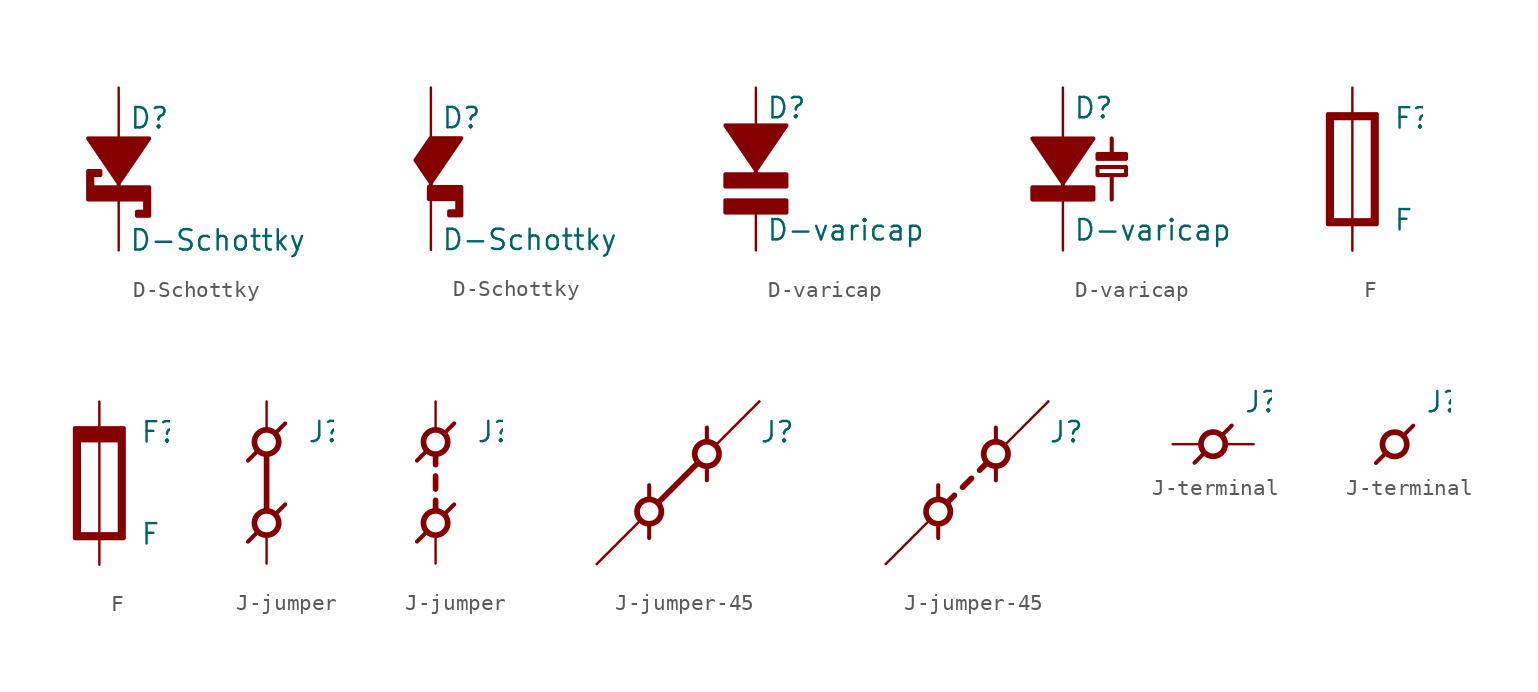
<source format=kicad_sym>
(kicad_symbol_lib
  (version 20211014)
  (generator kicad_symbol_editor)
  (symbol "D-Schottky"
    (pin_numbers hide)
    (pin_names
      (offset 0) hide)
    (property "Reference" "D"
      (at 0.635 3.175 0)
      (effects (font (size 1.27 1.27)) (justify left)))
    (property "Value" "D-Schottky"
      (at 0.635 -4.445 0)
      (effects (font (size 1.27 1.27)) (justify left)))
    (symbol "D-Schottky_1_0"
      (pin passive line (at 0 -5.08 90) (length 3.175) (name "K-" (effects (font (size 1.27 1.27)))) (number "1" (effects (font (size 1.27 1.27)))))
      (pin passive line (at 0 5.08 270) (length 3.175) (name "A+" (effects (font (size 1.27 1.27)))) (number "2" (effects (font (size 1.27 1.27))))))
    (symbol "D-Schottky_1_1"
      (polyline (pts (xy -1.905 -1.905) (xy 1.651 -1.905) (xy 1.651 -2.667) (xy 1.143 -2.667) (xy 1.143 -2.921) (xy 1.905 -2.921) (xy 1.905 -1.143) (xy 0 -1.143) (xy 0 -0.889) (xy 1.905 1.905) (xy -1.905 1.905) (xy 0 -0.889) (xy 0 -1.143) (xy -1.651 -1.143) (xy -1.651 -0.381) (xy -1.143 -0.381) (xy -1.143 -0.127) (xy -1.905 -0.127) (xy -1.905 -1.905)) (stroke (width 0.254) (type default) (color 0 0 0 0)) (fill (type outline))))
    (symbol "D-Schottky_1_2"
      (polyline (pts (xy -0.127 -1.905) (xy 1.651 -1.905) (xy 1.651 -2.667) (xy 1.143 -2.667) (xy 1.143 -2.921) (xy 1.905 -2.921) (xy 1.905 -1.143) (xy 0 -1.143) (xy 0 -0.889) (xy 1.905 1.905) (xy -0.025 1.905) (xy -0.965 0.533) (xy 0 -0.889) (xy 0 -1.143) (xy -0.127 -1.143) (xy -0.127 -1.905)) (stroke (width 0.254) (type default) (color 0 0 0 0)) (fill (type outline)))))
  (symbol "D-varicap"
    (pin_numbers hide)
    (pin_names
      (offset 0) hide)
    (property "Reference" "D"
      (at 0.635 3.81 0)
      (effects (font (size 1.27 1.27)) (justify left)))
    (property "Value" "D-varicap"
      (at 0.635 -3.81 0)
      (effects (font (size 1.27 1.27)) (justify left)))
    (symbol "D-varicap_1_1"
      (rectangle (start -1.905 -1.956) (end 1.905 -2.718) (stroke (width 0.254) (type default) (color 0 0 0 0)) (fill (type outline)))
      (polyline (pts (xy -1.905 -1.092) (xy 1.905 -1.092) (xy 1.905 -0.33) (xy 0 -0.33) (xy 0 -0.076) (xy 1.905 2.718) (xy -1.905 2.718) (xy 0 -0.076) (xy 0 -0.33) (xy -1.905 -0.33) (xy -1.905 -1.092)) (stroke (width 0.254) (type default) (color 0 0 0 0)) (fill (type outline)))
      (pin passive line (at 0 -5.08 90) (length 2.362) (name "K-" (effects (font (size 1.27 1.27)))) (number "1" (effects (font (size 1.27 1.27)))))
      (pin passive line (at 0 5.08 270) (length 2.362) (name "A+" (effects (font (size 1.27 1.27)))) (number "2" (effects (font (size 1.27 1.27))))))
    (symbol "D-varicap_1_2"
      (polyline (pts (xy 3.048 -1.905) (xy 3.048 -0.381)) (stroke (width 0.254) (type default) (color 0 0 0 0)) (fill (type none)))
      (polyline (pts (xy 3.048 1.905) (xy 3.048 0.94)) (stroke (width 0.254) (type default) (color 0 0 0 0)) (fill (type none)))
      (polyline (pts (xy -1.905 -1.905) (xy 1.905 -1.905) (xy 1.905 -1.143) (xy 0 -1.143) (xy 0 -0.889) (xy 1.905 1.905) (xy -1.905 1.905) (xy 0 -0.889) (xy 0 -1.143) (xy -1.905 -1.143) (xy -1.905 -1.905)) (stroke (width 0.254) (type default) (color 0 0 0 0)) (fill (type outline)))
      (rectangle (start 2.159 0.127) (end 3.937 -0.381) (stroke (width 0.254) (type default) (color 0 0 0 0)) (fill (type none)))
      (rectangle (start 2.159 0.94) (end 3.937 0.635) (stroke (width 0.254) (type default) (color 0 0 0 0)) (fill (type outline)))
      (pin passive line (at 0 -5.08 90) (length 3.175) (name "K-" (effects (font (size 1.27 1.27)))) (number "1" (effects (font (size 1.27 1.27)))))
      (pin passive line (at 0 5.08 270) (length 3.175) (name "A+" (effects (font (size 1.27 1.27)))) (number "2" (effects (font (size 1.27 1.27)))))))
  (symbol "F"
    (pin_numbers hide)
    (pin_names
      (offset 0) hide)
    (property "Reference" "F"
      (at 2.54 3.175 0)
      (effects (font (size 1.27 1.27)) (justify left)))
    (property "Value" "F"
      (at 2.54 -3.175 0)
      (effects (font (size 1.27 1.27)) (justify left)))
    (symbol "F_1_0"
      (polyline (pts (xy 0 3.429) (xy 0 -3.429)) (stroke (width 0) (type default) (color 0 0 0 0)) (fill (type none)))
      (pin passive line (at 0 5.08 270) (length 1.651) (name "+" (effects (font (size 1.27 1.27)))) (number "1" (effects (font (size 1.27 1.27)))))
      (pin passive line (at 0 -5.08 90) (length 1.651) (name "-" (effects (font (size 1.27 1.27)))) (number "2" (effects (font (size 1.27 1.27))))))
    (symbol "F_1_1"
      (polyline (pts (xy -1.524 -3.429) (xy 1.524 -3.429) (xy 1.524 3.429) (xy -1.524 3.429) (xy -1.524 -3.429) (xy -1.27 -3.175) (xy -1.27 3.175) (xy 1.27 3.175) (xy 1.27 -3.175) (xy -1.27 -3.175) (xy -1.524 -3.429)) (stroke (width 0.254) (type default) (color 0 0 0 0)) (fill (type outline))))
    (symbol "F_1_2"
      (polyline (pts (xy -1.524 -3.429) (xy 1.524 -3.429) (xy 1.524 3.429) (xy -1.524 3.429) (xy -1.524 -3.429) (xy -1.27 -3.175) (xy -1.27 2.667) (xy 1.27 2.667) (xy 1.27 -3.175) (xy -1.27 -3.175) (xy -1.524 -3.429)) (stroke (width 0.254) (type default) (color 0 0 0 0)) (fill (type outline)))))
  (symbol "J-jumper"
    (pin_numbers hide)
    (pin_names
      (offset 0) hide)
    (property "Reference" "J"
      (at 2.54 3.175 0)
      (effects (font (size 1.27 1.27)) (justify left)))
    (symbol "J-jumper_0_3"
      (polyline (pts (xy 0 0)) (stroke (width -0.051) (type default) (color 0 0 0 0)) (fill (type none))))
    (symbol "J-jumper_1_0"
      (circle (center 0 -2.54) (radius 0.762) (stroke (width 0.356) (type default) (color 0 0 0 0)) (fill (type none)))
      (polyline (pts (xy -0.584 -3.124) (xy -1.168 -3.708)) (stroke (width 0.254) (type default) (color 0 0 0 0)) (fill (type none)))
      (polyline (pts (xy -0.584 1.956) (xy -1.168 1.372)) (stroke (width 0.254) (type default) (color 0 0 0 0)) (fill (type none)))
      (polyline (pts (xy 0.584 -1.956) (xy 1.168 -1.372)) (stroke (width 0.254) (type default) (color 0 0 0 0)) (fill (type none)))
      (polyline (pts (xy 0.584 3.124) (xy 1.168 3.708)) (stroke (width 0.254) (type default) (color 0 0 0 0)) (fill (type none)))
      (circle (center 0 2.54) (radius 0.762) (stroke (width 0.356) (type default) (color 0 0 0 0)) (fill (type none)))
      (pin passive line (at 0 5.08 270) (length 1.727) (name "1" (effects (font (size 1.27 1.27)))) (number "1" (effects (font (size 1.27 1.27)))))
      (pin passive line (at 0 -5.08 90) (length 1.727) (name "2" (effects (font (size 1.27 1.27)))) (number "2" (effects (font (size 1.27 1.27))))))
    (symbol "J-jumper_1_1"
      (polyline (pts (xy 0 -1.727) (xy 0 1.727)) (stroke (width 0.356) (type default) (color 0 0 0 0)) (fill (type none))))
    (symbol "J-jumper_1_2"
      (polyline (pts (xy 0 -1.727) (xy 0 -1.118)) (stroke (width 0.356) (type default) (color 0 0 0 0)) (fill (type none)))
      (polyline (pts (xy 0 -0.406) (xy 0 0.406)) (stroke (width 0.356) (type default) (color 0 0 0 0)) (fill (type none)))
      (polyline (pts (xy 0 1.118) (xy 0 1.727)) (stroke (width 0.356) (type default) (color 0 0 0 0)) (fill (type none)))))
  (symbol "J-jumper-45"
    (pin_numbers hide)
    (pin_names
      (offset 0) hide)
    (property "Reference" "J"
      (at 5.08 3.175 0)
      (effects (font (size 1.27 1.27)) (justify left)))
    (symbol "J-jumper-45_0_3"
      (polyline (pts (xy 0 0)) (stroke (width -0.051) (type default) (color 0 0 0 0)) (fill (type none))))
    (symbol "J-jumper-45_1_0"
      (circle (center -1.803 -1.803) (radius 0.762) (stroke (width 0.356) (type default) (color 0 0 0 0)) (fill (type none)))
      (polyline (pts (xy -2.388 -2.388) (xy -5.08 -5.08)) (stroke (width 0) (type default) (color 0 0 0 0)) (fill (type none)))
      (polyline (pts (xy -1.803 -2.642) (xy -1.803 -3.454)) (stroke (width 0.254) (type default) (color 0 0 0 0)) (fill (type none)))
      (polyline (pts (xy -1.803 -0.965) (xy -1.803 -0.152)) (stroke (width 0.254) (type default) (color 0 0 0 0)) (fill (type none)))
      (polyline (pts (xy 1.803 0.965) (xy 1.803 0.152)) (stroke (width 0.254) (type default) (color 0 0 0 0)) (fill (type none)))
      (polyline (pts (xy 1.803 2.642) (xy 1.803 3.454)) (stroke (width 0.254) (type default) (color 0 0 0 0)) (fill (type none)))
      (polyline (pts (xy 5.08 5.08) (xy 2.388 2.388)) (stroke (width 0) (type default) (color 0 0 0 0)) (fill (type none)))
      (circle (center 1.803 1.803) (radius 0.762) (stroke (width 0.356) (type default) (color 0 0 0 0)) (fill (type none)))
      (pin passive line (at 5.08 5.08 270) (length 0) (name "+" (effects (font (size 1.27 1.27)))) (number "1" (effects (font (size 1.27 1.27)))))
      (pin passive line (at -5.08 -5.08 90) (length 0) (name "-" (effects (font (size 1.27 1.27)))) (number "2" (effects (font (size 1.27 1.27))))))
    (symbol "J-jumper-45_1_1"
      (polyline (pts (xy -1.219 -1.219) (xy 1.219 1.219)) (stroke (width 0.356) (type default) (color 0 0 0 0)) (fill (type none))))
    (symbol "J-jumper-45_1_2"
      (polyline (pts (xy -1.219 -1.219) (xy -0.787 -0.787)) (stroke (width 0.356) (type default) (color 0 0 0 0)) (fill (type none)))
      (polyline (pts (xy -0.279 -0.279) (xy 0.279 0.279)) (stroke (width 0.356) (type default) (color 0 0 0 0)) (fill (type none)))
      (polyline (pts (xy 0.787 0.787) (xy 1.219 1.219)) (stroke (width 0.356) (type default) (color 0 0 0 0)) (fill (type none)))))
  (symbol "J-terminal"
    (pin_numbers hide)
    (pin_names
      (offset 0) hide)
    (property "Reference" "J"
      (at 1.905 1.905 0)
      (effects (font (size 1.27 1.27)) (justify left bottom)))
    (symbol "J-terminal_1_0"
      (polyline (pts (xy -0.584 -0.584) (xy -1.168 -1.168)) (stroke (width 0.254) (type default) (color 0 0 0 0)) (fill (type none)))
      (polyline (pts (xy 0.584 0.584) (xy 1.168 1.168)) (stroke (width 0.254) (type default) (color 0 0 0 0)) (fill (type none)))
      (circle (center 0 0) (radius 0.762) (stroke (width 0.356) (type default) (color 0 0 0 0)) (fill (type none))))
    (symbol "J-terminal_1_1"
      (pin passive line (at -2.54 0 0) (length 1.727) (name "1" (effects (font (size 1.27 1.27)))) (number "1" (effects (font (size 1.27 1.27)))))
      (pin passive line (at 2.54 0 180) (length 1.727) (name "2" (effects (font (size 1.27 1.27)))) (number "2" (effects (font (size 1.27 1.27))))))
    (symbol "J-terminal_1_2"
      (pin passive line (at -0.813 0 0) (length 0) (name "1" (effects (font (size 1.27 1.27)))) (number "1" (effects (font (size 1.27 1.27)))))
      (pin passive line (at 0.813 0 180) (length 0) (name "2" (effects (font (size 1.27 1.27)))) (number "2" (effects (font (size 1.27 1.27))))))
    (symbol "J-terminal_1_3"
      (pin passive line (at 0 2.54 270) (length 1.727) (name "1" (effects (font (size 1.27 1.27)))) (number "1" (effects (font (size 1.27 1.27)))))
      (pin passive line (at 0 -2.54 90) (length 1.727) (name "2" (effects (font (size 1.27 1.27)))) (number "2" (effects (font (size 1.27 1.27))))))
    (symbol "J-terminal_1_4"
      (pin passive line (at 0 0.813 270) (length 0) (name "1" (effects (font (size 1.27 1.27)))) (number "1" (effects (font (size 1.27 1.27)))))
      (pin passive line (at 0 -0.813 90) (length 0) (name "2" (effects (font (size 1.27 1.27)))) (number "2" (effects (font (size 1.27 1.27))))))))
</source>
